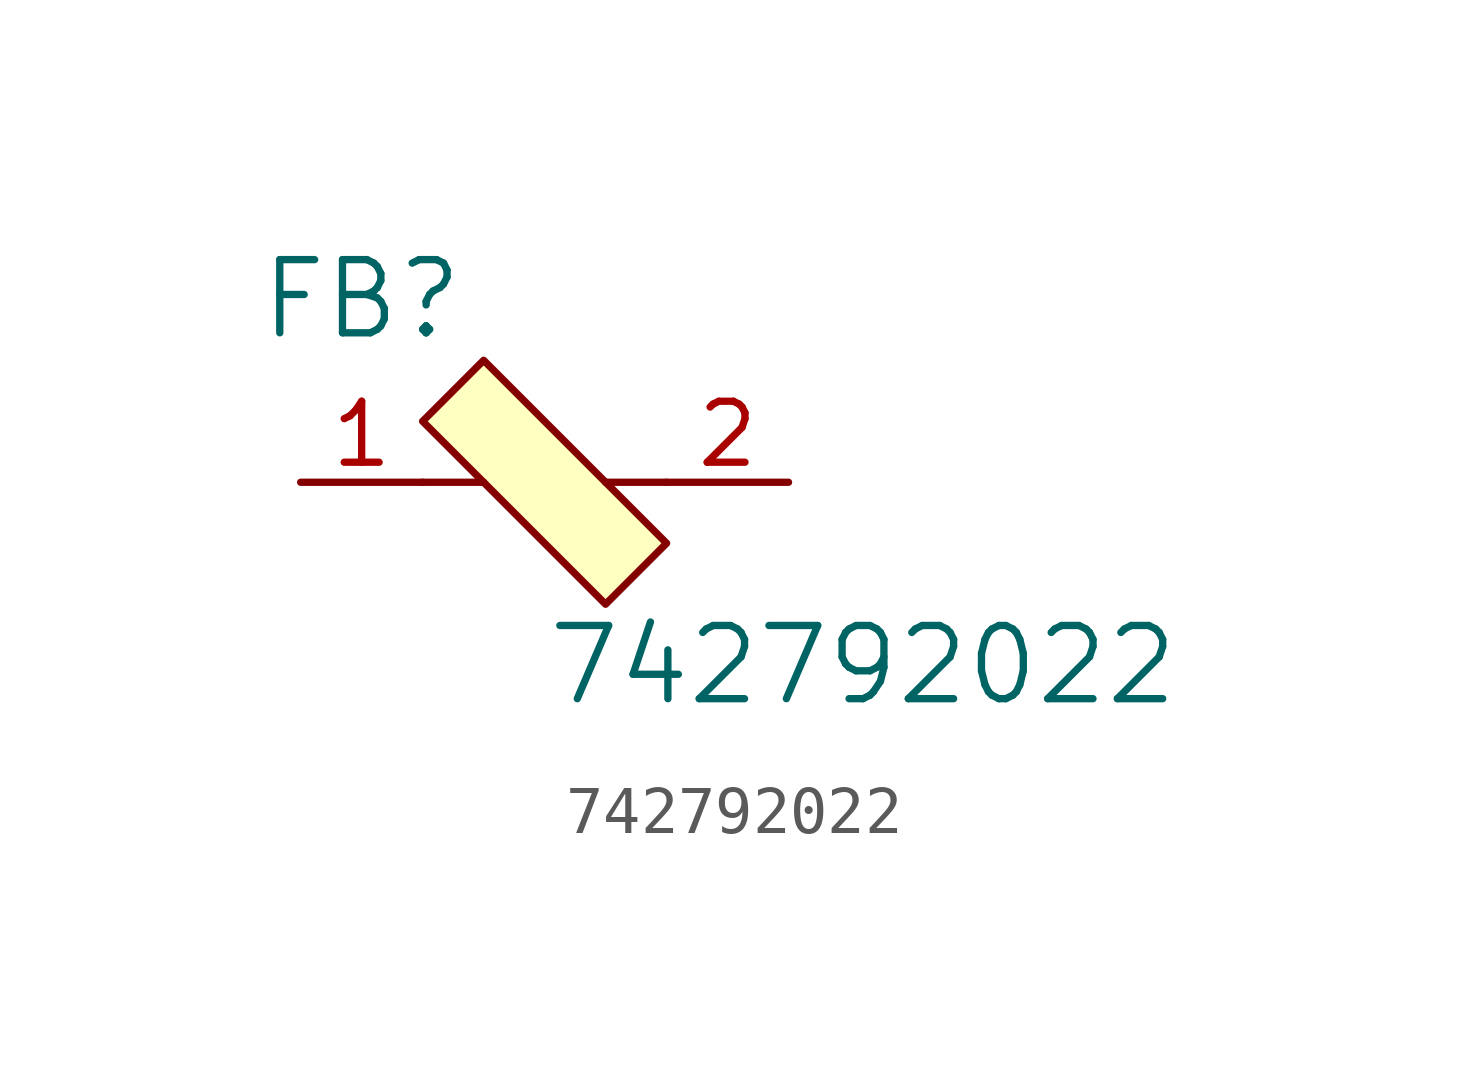
<source format=kicad_sym>
(kicad_symbol_lib
  (version 20211014)
  (generator kicad_symbol_editor)
  (symbol "742792022"
    (pin_names
      (offset 1.016))
    (property "Reference" "FB"
      (at -3.81 3.81 0)
      (effects (font (size 1.524 1.524))))
    (property "Value" "742792022"
      (at 0 -3.81 0)
      (effects (font (size 1.524 1.524)) (justify left)))
    (symbol "742792022_0_1"
      (polyline (pts (xy -1.27 0) (xy -2.54 0)) (stroke (width 0) (type default) (color 0 0 0 0)) (fill (type none)))
      (polyline (pts (xy 1.27 0) (xy 2.54 0)) (stroke (width 0) (type default) (color 0 0 0 0)) (fill (type none)))
      (polyline (pts (xy -1.27 2.54) (xy -2.54 1.27) (xy 1.27 -2.54) (xy 2.54 -1.27) (xy -1.27 2.54)) (stroke (width 0) (type default) (color 0 0 0 0)) (fill (type background))))
    (symbol "742792022_1_1"
      (pin passive line (at -5.08 0 0) (length 2.54) (name "~" (effects (font (size 1.27 1.27)))) (number "1" (effects (font (size 1.27 1.27)))))
      (pin passive line (at 5.08 0 180) (length 2.54) (name "~" (effects (font (size 1.27 1.27)))) (number "2" (effects (font (size 1.27 1.27))))))))
</source>
